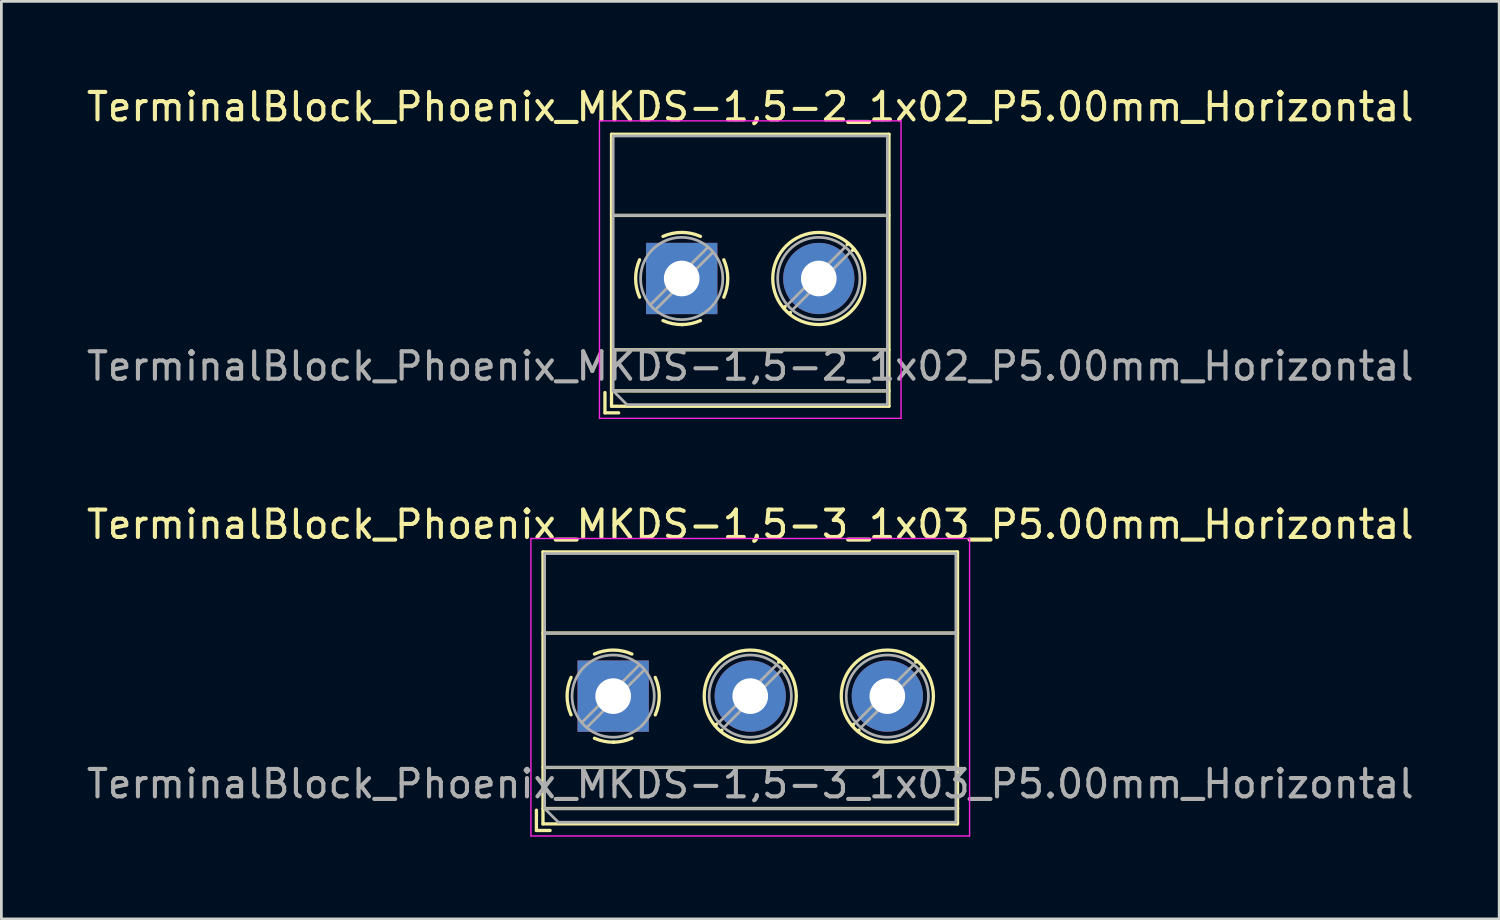
<source format=kicad_pcb>
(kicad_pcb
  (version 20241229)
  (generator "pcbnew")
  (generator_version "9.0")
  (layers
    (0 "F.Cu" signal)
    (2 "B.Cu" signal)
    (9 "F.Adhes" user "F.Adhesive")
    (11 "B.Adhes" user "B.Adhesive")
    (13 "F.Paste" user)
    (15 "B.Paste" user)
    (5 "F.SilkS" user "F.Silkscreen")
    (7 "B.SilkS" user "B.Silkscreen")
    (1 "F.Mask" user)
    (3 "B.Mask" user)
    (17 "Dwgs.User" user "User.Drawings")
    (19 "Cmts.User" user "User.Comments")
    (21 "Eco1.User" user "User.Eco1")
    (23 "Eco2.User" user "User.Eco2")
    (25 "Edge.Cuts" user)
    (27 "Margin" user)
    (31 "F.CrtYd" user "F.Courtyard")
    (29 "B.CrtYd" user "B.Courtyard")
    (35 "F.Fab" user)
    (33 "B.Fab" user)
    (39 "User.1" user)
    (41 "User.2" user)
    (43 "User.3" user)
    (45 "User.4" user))
  (footprint "TerminalBlock_Phoenix_MKDS-1,5-2_1x02_P5.00mm_Horizontal"
    (layer "F.Cu")
    (at 21.815 7.108)
    (property "Reference" "TerminalBlock_Phoenix_MKDS-1,5-2_1x02_P5.00mm_Horizontal" (at 2.5 -6.26 0) (layer "F.SilkS") (effects (font (size 1 1) (thickness 0.15))))
    (attr through_hole)
    (fp_line (start -2.8 4.16) (end -2.8 4.9) (stroke (width 0.12) (type solid)) (layer "F.SilkS"))
    (fp_line (start -2.8 4.9) (end -2.3 4.9) (stroke (width 0.12) (type solid)) (layer "F.SilkS"))
    (fp_line (start -2.56 -5.261) (end -2.56 4.66) (stroke (width 0.12) (type solid)) (layer "F.SilkS"))
    (fp_line (start -2.56 -5.261) (end 7.56 -5.261) (stroke (width 0.12) (type solid)) (layer "F.SilkS"))
    (fp_line (start -2.56 -2.301) (end 7.56 -2.301) (stroke (width 0.12) (type solid)) (layer "F.SilkS"))
    (fp_line (start -2.56 2.6) (end 7.56 2.6) (stroke (width 0.12) (type solid)) (layer "F.SilkS"))
    (fp_line (start -2.56 4.1) (end 7.56 4.1) (stroke (width 0.12) (type solid)) (layer "F.SilkS"))
    (fp_line (start -2.56 4.66) (end 7.56 4.66) (stroke (width 0.12) (type solid)) (layer "F.SilkS"))
    (fp_line (start 3.773 1.023) (end 3.726 1.069) (stroke (width 0.12) (type solid)) (layer "F.SilkS"))
    (fp_line (start 3.966 1.239) (end 3.931 1.274) (stroke (width 0.12) (type solid)) (layer "F.SilkS"))
    (fp_line (start 6.07 -1.275) (end 6.035 -1.239) (stroke (width 0.12) (type solid)) (layer "F.SilkS"))
    (fp_line (start 6.275 -1.069) (end 6.228 -1.023) (stroke (width 0.12) (type solid)) (layer "F.SilkS"))
    (fp_line (start 7.56 -5.261) (end 7.56 4.66) (stroke (width 0.12) (type solid)) (layer "F.SilkS"))
    (fp_arc (start -1.535427 0.683042) (mid -1.680501 -0.000524) (end -1.535 -0.684) (stroke (width 0.12) (type solid)) (layer "F.SilkS"))
    (fp_arc (start -0.683042 -1.535427) (mid 0.000524 -1.680501) (end 0.684 -1.535) (stroke (width 0.12) (type solid)) (layer "F.SilkS"))
    (fp_arc (start 0.028805 1.680253) (mid -0.335551 1.646659) (end -0.684 1.535) (stroke (width 0.12) (type solid)) (layer "F.SilkS"))
    (fp_arc (start 0.683318 1.534756) (mid 0.349292 1.643288) (end 0 1.68) (stroke (width 0.12) (type solid)) (layer "F.SilkS"))
    (fp_arc (start 1.535427 -0.683042) (mid 1.680501 0.000524) (end 1.535 0.684) (stroke (width 0.12) (type solid)) (layer "F.SilkS"))
    (fp_circle (center 5 0) (end 6.68 0) (stroke (width 0.12) (type solid)) (fill no) (layer "F.SilkS"))
    (fp_line (start -3 -5.75) (end -3 5.1) (stroke (width 0.05) (type solid)) (layer "F.CrtYd"))
    (fp_line (start -3 5.1) (end 8 5.1) (stroke (width 0.05) (type solid)) (layer "F.CrtYd"))
    (fp_line (start 8 -5.75) (end -3 -5.75) (stroke (width 0.05) (type solid)) (layer "F.CrtYd"))
    (fp_line (start 8 5.1) (end 8 -5.75) (stroke (width 0.05) (type solid)) (layer "F.CrtYd"))
    (fp_line (start -2.5 -5.2) (end 7.5 -5.2) (stroke (width 0.1) (type solid)) (layer "F.Fab"))
    (fp_line (start -2.5 -2.3) (end 7.5 -2.3) (stroke (width 0.1) (type solid)) (layer "F.Fab"))
    (fp_line (start -2.5 2.6) (end 7.5 2.6) (stroke (width 0.1) (type solid)) (layer "F.Fab"))
    (fp_line (start -2.5 4.1) (end -2.5 -5.2) (stroke (width 0.1) (type solid)) (layer "F.Fab"))
    (fp_line (start -2.5 4.1) (end 7.5 4.1) (stroke (width 0.1) (type solid)) (layer "F.Fab"))
    (fp_line (start -2 4.6) (end -2.5 4.1) (stroke (width 0.1) (type solid)) (layer "F.Fab"))
    (fp_line (start 0.955 -1.138) (end -1.138 0.955) (stroke (width 0.1) (type solid)) (layer "F.Fab"))
    (fp_line (start 1.138 -0.955) (end -0.955 1.138) (stroke (width 0.1) (type solid)) (layer "F.Fab"))
    (fp_line (start 5.955 -1.138) (end 3.863 0.955) (stroke (width 0.1) (type solid)) (layer "F.Fab"))
    (fp_line (start 6.138 -0.955) (end 4.046 1.138) (stroke (width 0.1) (type solid)) (layer "F.Fab"))
    (fp_line (start 7.5 -5.2) (end 7.5 4.6) (stroke (width 0.1) (type solid)) (layer "F.Fab"))
    (fp_line (start 7.5 4.6) (end -2 4.6) (stroke (width 0.1) (type solid)) (layer "F.Fab"))
    (fp_circle (center 0 0) (end 1.5 0) (stroke (width 0.1) (type solid)) (fill no) (layer "F.Fab"))
    (fp_circle (center 5 0) (end 6.5 0) (stroke (width 0.1) (type solid)) (fill no) (layer "F.Fab"))
    (fp_text user "${REFERENCE}" (at 2.5 3.2 0) (layer "F.Fab") (effects (font (size 1 1) (thickness 0.15))))
    (pad "1" thru_hole rect (at 0 0) (size 2.6 2.6) (drill 1.3) (layers "*.Cu" "*.Mask"))
    (pad "2" thru_hole circle (at 5 0) (size 2.6 2.6) (drill 1.3) (layers "*.Cu" "*.Mask")))
  (footprint "TerminalBlock_Phoenix_MKDS-1,5-3_1x03_P5.00mm_Horizontal"
    (layer "F.Cu")
    (at 19.315 22.341)
    (property "Reference" "TerminalBlock_Phoenix_MKDS-1,5-3_1x03_P5.00mm_Horizontal" (at 5 -6.26 0) (layer "F.SilkS") (effects (font (size 1 1) (thickness 0.15))))
    (attr through_hole)
    (fp_line (start -2.8 4.16) (end -2.8 4.9) (stroke (width 0.12) (type solid)) (layer "F.SilkS"))
    (fp_line (start -2.8 4.9) (end -2.3 4.9) (stroke (width 0.12) (type solid)) (layer "F.SilkS"))
    (fp_line (start -2.56 -5.261) (end -2.56 4.66) (stroke (width 0.12) (type solid)) (layer "F.SilkS"))
    (fp_line (start -2.56 -5.261) (end 12.56 -5.261) (stroke (width 0.12) (type solid)) (layer "F.SilkS"))
    (fp_line (start -2.56 -2.301) (end 12.56 -2.301) (stroke (width 0.12) (type solid)) (layer "F.SilkS"))
    (fp_line (start -2.56 2.6) (end 12.56 2.6) (stroke (width 0.12) (type solid)) (layer "F.SilkS"))
    (fp_line (start -2.56 4.1) (end 12.56 4.1) (stroke (width 0.12) (type solid)) (layer "F.SilkS"))
    (fp_line (start -2.56 4.66) (end 12.56 4.66) (stroke (width 0.12) (type solid)) (layer "F.SilkS"))
    (fp_line (start 3.773 1.023) (end 3.726 1.069) (stroke (width 0.12) (type solid)) (layer "F.SilkS"))
    (fp_line (start 3.966 1.239) (end 3.931 1.274) (stroke (width 0.12) (type solid)) (layer "F.SilkS"))
    (fp_line (start 6.07 -1.275) (end 6.035 -1.239) (stroke (width 0.12) (type solid)) (layer "F.SilkS"))
    (fp_line (start 6.275 -1.069) (end 6.228 -1.023) (stroke (width 0.12) (type solid)) (layer "F.SilkS"))
    (fp_line (start 8.773 1.023) (end 8.726 1.069) (stroke (width 0.12) (type solid)) (layer "F.SilkS"))
    (fp_line (start 8.966 1.239) (end 8.931 1.274) (stroke (width 0.12) (type solid)) (layer "F.SilkS"))
    (fp_line (start 11.07 -1.275) (end 11.035 -1.239) (stroke (width 0.12) (type solid)) (layer "F.SilkS"))
    (fp_line (start 11.275 -1.069) (end 11.228 -1.023) (stroke (width 0.12) (type solid)) (layer "F.SilkS"))
    (fp_line (start 12.56 -5.261) (end 12.56 4.66) (stroke (width 0.12) (type solid)) (layer "F.SilkS"))
    (fp_arc (start -1.535427 0.683042) (mid -1.680501 -0.000524) (end -1.535 -0.684) (stroke (width 0.12) (type solid)) (layer "F.SilkS"))
    (fp_arc (start -0.683042 -1.535427) (mid 0.000524 -1.680501) (end 0.684 -1.535) (stroke (width 0.12) (type solid)) (layer "F.SilkS"))
    (fp_arc (start 0.028805 1.680253) (mid -0.335551 1.646659) (end -0.684 1.535) (stroke (width 0.12) (type solid)) (layer "F.SilkS"))
    (fp_arc (start 0.683318 1.534756) (mid 0.349292 1.643288) (end 0 1.68) (stroke (width 0.12) (type solid)) (layer "F.SilkS"))
    (fp_arc (start 1.535427 -0.683042) (mid 1.680501 0.000524) (end 1.535 0.684) (stroke (width 0.12) (type solid)) (layer "F.SilkS"))
    (fp_circle (center 5 0) (end 6.68 0) (stroke (width 0.12) (type solid)) (fill no) (layer "F.SilkS"))
    (fp_circle (center 10 0) (end 11.68 0) (stroke (width 0.12) (type solid)) (fill no) (layer "F.SilkS"))
    (fp_line (start -3 -5.75) (end -3 5.1) (stroke (width 0.05) (type solid)) (layer "F.CrtYd"))
    (fp_line (start -3 5.1) (end 13 5.1) (stroke (width 0.05) (type solid)) (layer "F.CrtYd"))
    (fp_line (start 13 -5.75) (end -3 -5.75) (stroke (width 0.05) (type solid)) (layer "F.CrtYd"))
    (fp_line (start 13 5.1) (end 13 -5.75) (stroke (width 0.05) (type solid)) (layer "F.CrtYd"))
    (fp_line (start -2.5 -5.2) (end 12.5 -5.2) (stroke (width 0.1) (type solid)) (layer "F.Fab"))
    (fp_line (start -2.5 -2.3) (end 12.5 -2.3) (stroke (width 0.1) (type solid)) (layer "F.Fab"))
    (fp_line (start -2.5 2.6) (end 12.5 2.6) (stroke (width 0.1) (type solid)) (layer "F.Fab"))
    (fp_line (start -2.5 4.1) (end -2.5 -5.2) (stroke (width 0.1) (type solid)) (layer "F.Fab"))
    (fp_line (start -2.5 4.1) (end 12.5 4.1) (stroke (width 0.1) (type solid)) (layer "F.Fab"))
    (fp_line (start -2 4.6) (end -2.5 4.1) (stroke (width 0.1) (type solid)) (layer "F.Fab"))
    (fp_line (start 0.955 -1.138) (end -1.138 0.955) (stroke (width 0.1) (type solid)) (layer "F.Fab"))
    (fp_line (start 1.138 -0.955) (end -0.955 1.138) (stroke (width 0.1) (type solid)) (layer "F.Fab"))
    (fp_line (start 5.955 -1.138) (end 3.863 0.955) (stroke (width 0.1) (type solid)) (layer "F.Fab"))
    (fp_line (start 6.138 -0.955) (end 4.046 1.138) (stroke (width 0.1) (type solid)) (layer "F.Fab"))
    (fp_line (start 10.955 -1.138) (end 8.863 0.955) (stroke (width 0.1) (type solid)) (layer "F.Fab"))
    (fp_line (start 11.138 -0.955) (end 9.046 1.138) (stroke (width 0.1) (type solid)) (layer "F.Fab"))
    (fp_line (start 12.5 -5.2) (end 12.5 4.6) (stroke (width 0.1) (type solid)) (layer "F.Fab"))
    (fp_line (start 12.5 4.6) (end -2 4.6) (stroke (width 0.1) (type solid)) (layer "F.Fab"))
    (fp_circle (center 0 0) (end 1.5 0) (stroke (width 0.1) (type solid)) (fill no) (layer "F.Fab"))
    (fp_circle (center 5 0) (end 6.5 0) (stroke (width 0.1) (type solid)) (fill no) (layer "F.Fab"))
    (fp_circle (center 10 0) (end 11.5 0) (stroke (width 0.1) (type solid)) (fill no) (layer "F.Fab"))
    (fp_text user "${REFERENCE}" (at 5 3.2 0) (layer "F.Fab") (effects (font (size 1 1) (thickness 0.15))))
    (pad "1" thru_hole rect (at 0 0) (size 2.6 2.6) (drill 1.3) (layers "*.Cu" "*.Mask"))
    (pad "2" thru_hole circle (at 5 0) (size 2.6 2.6) (drill 1.3) (layers "*.Cu" "*.Mask"))
    (pad "3" thru_hole circle (at 10 0) (size 2.6 2.6) (drill 1.3) (layers "*.Cu" "*.Mask")))
  (gr_rect
    (start -3 -3)
    (end 51.631 30.466)
    (stroke (width 0.1) (type default))
    (fill no)
    (layer "Edge.Cuts")))
</source>
